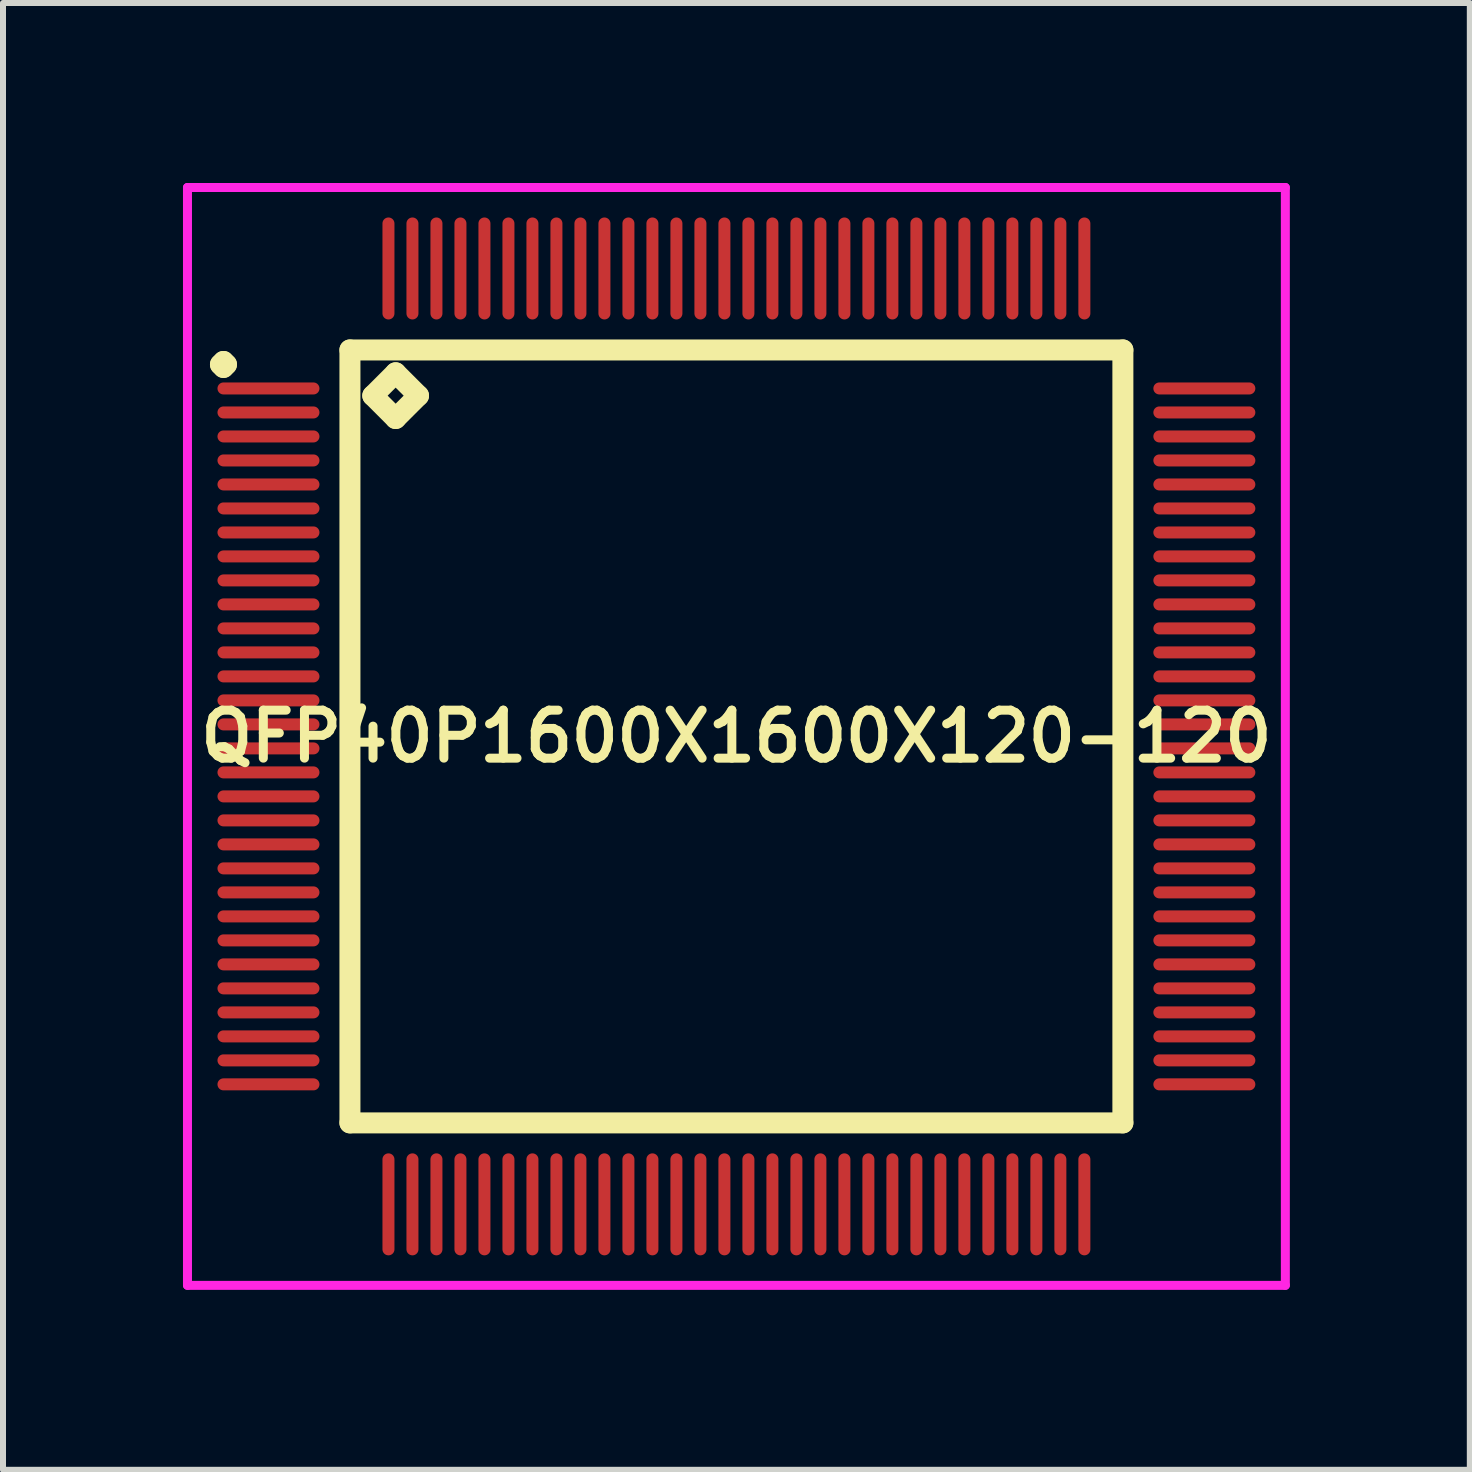
<source format=kicad_pcb>
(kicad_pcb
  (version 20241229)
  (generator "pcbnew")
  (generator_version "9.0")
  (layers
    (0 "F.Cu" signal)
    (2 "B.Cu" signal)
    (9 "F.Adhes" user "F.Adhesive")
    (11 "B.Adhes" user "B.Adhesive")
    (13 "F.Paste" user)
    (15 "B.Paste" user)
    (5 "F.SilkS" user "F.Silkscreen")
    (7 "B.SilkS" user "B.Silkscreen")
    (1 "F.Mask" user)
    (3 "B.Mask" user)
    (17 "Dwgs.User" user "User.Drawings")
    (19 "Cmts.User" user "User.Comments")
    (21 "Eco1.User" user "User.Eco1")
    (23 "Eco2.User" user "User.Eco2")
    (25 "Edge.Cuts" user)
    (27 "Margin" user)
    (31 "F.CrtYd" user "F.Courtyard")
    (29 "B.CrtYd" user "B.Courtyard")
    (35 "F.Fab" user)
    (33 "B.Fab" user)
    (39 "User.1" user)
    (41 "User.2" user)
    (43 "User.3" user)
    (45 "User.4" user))
  (footprint "QFP40P1600X1600X120-120"
    (layer "F.Cu")
    (at 9.225 9.225)
    (property "Reference" "QFP40P1600X1600X120-120" (at 0 0 0) (layer "F.SilkS") (effects (font (size 0.8 0.8) (thickness 0.15))))
    (attr through_hole)
    (fp_line (start -8.6 -6.2) (end -8.55 -6.25) (stroke (width 0.35) (type solid)) (layer "F.SilkS"))
    (fp_line (start -8.55 -6.25) (end -8.5 -6.2) (stroke (width 0.35) (type solid)) (layer "F.SilkS"))
    (fp_line (start -8.55 -6.15) (end -8.6 -6.2) (stroke (width 0.35) (type solid)) (layer "F.SilkS"))
    (fp_line (start -8.5 -6.2) (end -8.55 -6.15) (stroke (width 0.35) (type solid)) (layer "F.SilkS"))
    (fp_line (start -6.442 -6.442) (end -6.442 6.442) (stroke (width 0.35) (type solid)) (layer "F.SilkS"))
    (fp_line (start -6.442 6.442) (end 6.442 6.442) (stroke (width 0.35) (type solid)) (layer "F.SilkS"))
    (fp_line (start -6.061 -5.68) (end -5.68 -6.061) (stroke (width 0.35) (type solid)) (layer "F.SilkS"))
    (fp_line (start -5.68 -6.061) (end -5.299 -5.68) (stroke (width 0.35) (type solid)) (layer "F.SilkS"))
    (fp_line (start -5.68 -5.299) (end -6.061 -5.68) (stroke (width 0.35) (type solid)) (layer "F.SilkS"))
    (fp_line (start -5.299 -5.68) (end -5.68 -5.299) (stroke (width 0.35) (type solid)) (layer "F.SilkS"))
    (fp_line (start 6.442 -6.442) (end -6.442 -6.442) (stroke (width 0.35) (type solid)) (layer "F.SilkS"))
    (fp_line (start 6.442 6.442) (end 6.442 -6.442) (stroke (width 0.35) (type solid)) (layer "F.SilkS"))
    (fp_line (start -9.15 -9.15) (end 9.15 -9.15) (stroke (width 0.15) (type solid)) (layer "F.CrtYd"))
    (fp_line (start -9.15 9.15) (end -9.15 -9.15) (stroke (width 0.15) (type solid)) (layer "F.CrtYd"))
    (fp_line (start 9.15 -9.15) (end 9.15 9.15) (stroke (width 0.15) (type solid)) (layer "F.CrtYd"))
    (fp_line (start 9.15 9.15) (end -9.15 9.15) (stroke (width 0.15) (type solid)) (layer "F.CrtYd"))
    (pad "1" smd oval (at -7.8 -5.8) (size 1.7 0.2) (layers "F.Cu" "F.Mask" "F.Paste"))
    (pad "2" smd oval (at -7.8 -5.4) (size 1.7 0.2) (layers "F.Cu" "F.Mask" "F.Paste"))
    (pad "3" smd oval (at -7.8 -5) (size 1.7 0.2) (layers "F.Cu" "F.Mask" "F.Paste"))
    (pad "4" smd oval (at -7.8 -4.6) (size 1.7 0.2) (layers "F.Cu" "F.Mask" "F.Paste"))
    (pad "5" smd oval (at -7.8 -4.2) (size 1.7 0.2) (layers "F.Cu" "F.Mask" "F.Paste"))
    (pad "6" smd oval (at -7.8 -3.8) (size 1.7 0.2) (layers "F.Cu" "F.Mask" "F.Paste"))
    (pad "7" smd oval (at -7.8 -3.4) (size 1.7 0.2) (layers "F.Cu" "F.Mask" "F.Paste"))
    (pad "8" smd oval (at -7.8 -3) (size 1.7 0.2) (layers "F.Cu" "F.Mask" "F.Paste"))
    (pad "9" smd oval (at -7.8 -2.6) (size 1.7 0.2) (layers "F.Cu" "F.Mask" "F.Paste"))
    (pad "10" smd oval (at -7.8 -2.2) (size 1.7 0.2) (layers "F.Cu" "F.Mask" "F.Paste"))
    (pad "11" smd oval (at -7.8 -1.8) (size 1.7 0.2) (layers "F.Cu" "F.Mask" "F.Paste"))
    (pad "12" smd oval (at -7.8 -1.4) (size 1.7 0.2) (layers "F.Cu" "F.Mask" "F.Paste"))
    (pad "13" smd oval (at -7.8 -1) (size 1.7 0.2) (layers "F.Cu" "F.Mask" "F.Paste"))
    (pad "14" smd oval (at -7.8 -0.6) (size 1.7 0.2) (layers "F.Cu" "F.Mask" "F.Paste"))
    (pad "15" smd oval (at -7.8 -0.2) (size 1.7 0.2) (layers "F.Cu" "F.Mask" "F.Paste"))
    (pad "16" smd oval (at -7.8 0.2) (size 1.7 0.2) (layers "F.Cu" "F.Mask" "F.Paste"))
    (pad "17" smd oval (at -7.8 0.6) (size 1.7 0.2) (layers "F.Cu" "F.Mask" "F.Paste"))
    (pad "18" smd oval (at -7.8 1) (size 1.7 0.2) (layers "F.Cu" "F.Mask" "F.Paste"))
    (pad "19" smd oval (at -7.8 1.4) (size 1.7 0.2) (layers "F.Cu" "F.Mask" "F.Paste"))
    (pad "20" smd oval (at -7.8 1.8) (size 1.7 0.2) (layers "F.Cu" "F.Mask" "F.Paste"))
    (pad "21" smd oval (at -7.8 2.2) (size 1.7 0.2) (layers "F.Cu" "F.Mask" "F.Paste"))
    (pad "22" smd oval (at -7.8 2.6) (size 1.7 0.2) (layers "F.Cu" "F.Mask" "F.Paste"))
    (pad "23" smd oval (at -7.8 3) (size 1.7 0.2) (layers "F.Cu" "F.Mask" "F.Paste"))
    (pad "24" smd oval (at -7.8 3.4) (size 1.7 0.2) (layers "F.Cu" "F.Mask" "F.Paste"))
    (pad "25" smd oval (at -7.8 3.8) (size 1.7 0.2) (layers "F.Cu" "F.Mask" "F.Paste"))
    (pad "26" smd oval (at -7.8 4.2) (size 1.7 0.2) (layers "F.Cu" "F.Mask" "F.Paste"))
    (pad "27" smd oval (at -7.8 4.6) (size 1.7 0.2) (layers "F.Cu" "F.Mask" "F.Paste"))
    (pad "28" smd oval (at -7.8 5) (size 1.7 0.2) (layers "F.Cu" "F.Mask" "F.Paste"))
    (pad "29" smd oval (at -7.8 5.4) (size 1.7 0.2) (layers "F.Cu" "F.Mask" "F.Paste"))
    (pad "30" smd oval (at -7.8 5.8) (size 1.7 0.2) (layers "F.Cu" "F.Mask" "F.Paste"))
    (pad "31" smd oval (at -5.8 7.8) (size 0.2 1.7) (layers "F.Cu" "F.Mask" "F.Paste"))
    (pad "32" smd oval (at -5.4 7.8) (size 0.2 1.7) (layers "F.Cu" "F.Mask" "F.Paste"))
    (pad "33" smd oval (at -5 7.8) (size 0.2 1.7) (layers "F.Cu" "F.Mask" "F.Paste"))
    (pad "34" smd oval (at -4.6 7.8) (size 0.2 1.7) (layers "F.Cu" "F.Mask" "F.Paste"))
    (pad "35" smd oval (at -4.2 7.8) (size 0.2 1.7) (layers "F.Cu" "F.Mask" "F.Paste"))
    (pad "36" smd oval (at -3.8 7.8) (size 0.2 1.7) (layers "F.Cu" "F.Mask" "F.Paste"))
    (pad "37" smd oval (at -3.4 7.8) (size 0.2 1.7) (layers "F.Cu" "F.Mask" "F.Paste"))
    (pad "38" smd oval (at -3 7.8) (size 0.2 1.7) (layers "F.Cu" "F.Mask" "F.Paste"))
    (pad "39" smd oval (at -2.6 7.8) (size 0.2 1.7) (layers "F.Cu" "F.Mask" "F.Paste"))
    (pad "40" smd oval (at -2.2 7.8) (size 0.2 1.7) (layers "F.Cu" "F.Mask" "F.Paste"))
    (pad "41" smd oval (at -1.8 7.8) (size 0.2 1.7) (layers "F.Cu" "F.Mask" "F.Paste"))
    (pad "42" smd oval (at -1.4 7.8) (size 0.2 1.7) (layers "F.Cu" "F.Mask" "F.Paste"))
    (pad "43" smd oval (at -1 7.8) (size 0.2 1.7) (layers "F.Cu" "F.Mask" "F.Paste"))
    (pad "44" smd oval (at -0.6 7.8) (size 0.2 1.7) (layers "F.Cu" "F.Mask" "F.Paste"))
    (pad "45" smd oval (at -0.2 7.8) (size 0.2 1.7) (layers "F.Cu" "F.Mask" "F.Paste"))
    (pad "46" smd oval (at 0.2 7.8) (size 0.2 1.7) (layers "F.Cu" "F.Mask" "F.Paste"))
    (pad "47" smd oval (at 0.6 7.8) (size 0.2 1.7) (layers "F.Cu" "F.Mask" "F.Paste"))
    (pad "48" smd oval (at 1 7.8) (size 0.2 1.7) (layers "F.Cu" "F.Mask" "F.Paste"))
    (pad "49" smd oval (at 1.4 7.8) (size 0.2 1.7) (layers "F.Cu" "F.Mask" "F.Paste"))
    (pad "50" smd oval (at 1.8 7.8) (size 0.2 1.7) (layers "F.Cu" "F.Mask" "F.Paste"))
    (pad "51" smd oval (at 2.2 7.8) (size 0.2 1.7) (layers "F.Cu" "F.Mask" "F.Paste"))
    (pad "52" smd oval (at 2.6 7.8) (size 0.2 1.7) (layers "F.Cu" "F.Mask" "F.Paste"))
    (pad "53" smd oval (at 3 7.8) (size 0.2 1.7) (layers "F.Cu" "F.Mask" "F.Paste"))
    (pad "54" smd oval (at 3.4 7.8) (size 0.2 1.7) (layers "F.Cu" "F.Mask" "F.Paste"))
    (pad "55" smd oval (at 3.8 7.8) (size 0.2 1.7) (layers "F.Cu" "F.Mask" "F.Paste"))
    (pad "56" smd oval (at 4.2 7.8) (size 0.2 1.7) (layers "F.Cu" "F.Mask" "F.Paste"))
    (pad "57" smd oval (at 4.6 7.8) (size 0.2 1.7) (layers "F.Cu" "F.Mask" "F.Paste"))
    (pad "58" smd oval (at 5 7.8) (size 0.2 1.7) (layers "F.Cu" "F.Mask" "F.Paste"))
    (pad "59" smd oval (at 5.4 7.8) (size 0.2 1.7) (layers "F.Cu" "F.Mask" "F.Paste"))
    (pad "60" smd oval (at 5.8 7.8) (size 0.2 1.7) (layers "F.Cu" "F.Mask" "F.Paste"))
    (pad "61" smd oval (at 7.8 5.8) (size 1.7 0.2) (layers "F.Cu" "F.Mask" "F.Paste"))
    (pad "62" smd oval (at 7.8 5.4) (size 1.7 0.2) (layers "F.Cu" "F.Mask" "F.Paste"))
    (pad "63" smd oval (at 7.8 5) (size 1.7 0.2) (layers "F.Cu" "F.Mask" "F.Paste"))
    (pad "64" smd oval (at 7.8 4.6) (size 1.7 0.2) (layers "F.Cu" "F.Mask" "F.Paste"))
    (pad "65" smd oval (at 7.8 4.2) (size 1.7 0.2) (layers "F.Cu" "F.Mask" "F.Paste"))
    (pad "66" smd oval (at 7.8 3.8) (size 1.7 0.2) (layers "F.Cu" "F.Mask" "F.Paste"))
    (pad "67" smd oval (at 7.8 3.4) (size 1.7 0.2) (layers "F.Cu" "F.Mask" "F.Paste"))
    (pad "68" smd oval (at 7.8 3) (size 1.7 0.2) (layers "F.Cu" "F.Mask" "F.Paste"))
    (pad "69" smd oval (at 7.8 2.6) (size 1.7 0.2) (layers "F.Cu" "F.Mask" "F.Paste"))
    (pad "70" smd oval (at 7.8 2.2) (size 1.7 0.2) (layers "F.Cu" "F.Mask" "F.Paste"))
    (pad "71" smd oval (at 7.8 1.8) (size 1.7 0.2) (layers "F.Cu" "F.Mask" "F.Paste"))
    (pad "72" smd oval (at 7.8 1.4) (size 1.7 0.2) (layers "F.Cu" "F.Mask" "F.Paste"))
    (pad "73" smd oval (at 7.8 1) (size 1.7 0.2) (layers "F.Cu" "F.Mask" "F.Paste"))
    (pad "74" smd oval (at 7.8 0.6) (size 1.7 0.2) (layers "F.Cu" "F.Mask" "F.Paste"))
    (pad "75" smd oval (at 7.8 0.2) (size 1.7 0.2) (layers "F.Cu" "F.Mask" "F.Paste"))
    (pad "76" smd oval (at 7.8 -0.2) (size 1.7 0.2) (layers "F.Cu" "F.Mask" "F.Paste"))
    (pad "77" smd oval (at 7.8 -0.6) (size 1.7 0.2) (layers "F.Cu" "F.Mask" "F.Paste"))
    (pad "78" smd oval (at 7.8 -1) (size 1.7 0.2) (layers "F.Cu" "F.Mask" "F.Paste"))
    (pad "79" smd oval (at 7.8 -1.4) (size 1.7 0.2) (layers "F.Cu" "F.Mask" "F.Paste"))
    (pad "80" smd oval (at 7.8 -1.8) (size 1.7 0.2) (layers "F.Cu" "F.Mask" "F.Paste"))
    (pad "81" smd oval (at 7.8 -2.2) (size 1.7 0.2) (layers "F.Cu" "F.Mask" "F.Paste"))
    (pad "82" smd oval (at 7.8 -2.6) (size 1.7 0.2) (layers "F.Cu" "F.Mask" "F.Paste"))
    (pad "83" smd oval (at 7.8 -3) (size 1.7 0.2) (layers "F.Cu" "F.Mask" "F.Paste"))
    (pad "84" smd oval (at 7.8 -3.4) (size 1.7 0.2) (layers "F.Cu" "F.Mask" "F.Paste"))
    (pad "85" smd oval (at 7.8 -3.8) (size 1.7 0.2) (layers "F.Cu" "F.Mask" "F.Paste"))
    (pad "86" smd oval (at 7.8 -4.2) (size 1.7 0.2) (layers "F.Cu" "F.Mask" "F.Paste"))
    (pad "87" smd oval (at 7.8 -4.6) (size 1.7 0.2) (layers "F.Cu" "F.Mask" "F.Paste"))
    (pad "88" smd oval (at 7.8 -5) (size 1.7 0.2) (layers "F.Cu" "F.Mask" "F.Paste"))
    (pad "89" smd oval (at 7.8 -5.4) (size 1.7 0.2) (layers "F.Cu" "F.Mask" "F.Paste"))
    (pad "90" smd oval (at 7.8 -5.8) (size 1.7 0.2) (layers "F.Cu" "F.Mask" "F.Paste"))
    (pad "91" smd oval (at 5.8 -7.8) (size 0.2 1.7) (layers "F.Cu" "F.Mask" "F.Paste"))
    (pad "92" smd oval (at 5.4 -7.8) (size 0.2 1.7) (layers "F.Cu" "F.Mask" "F.Paste"))
    (pad "93" smd oval (at 5 -7.8) (size 0.2 1.7) (layers "F.Cu" "F.Mask" "F.Paste"))
    (pad "94" smd oval (at 4.6 -7.8) (size 0.2 1.7) (layers "F.Cu" "F.Mask" "F.Paste"))
    (pad "95" smd oval (at 4.2 -7.8) (size 0.2 1.7) (layers "F.Cu" "F.Mask" "F.Paste"))
    (pad "96" smd oval (at 3.8 -7.8) (size 0.2 1.7) (layers "F.Cu" "F.Mask" "F.Paste"))
    (pad "97" smd oval (at 3.4 -7.8) (size 0.2 1.7) (layers "F.Cu" "F.Mask" "F.Paste"))
    (pad "98" smd oval (at 3 -7.8) (size 0.2 1.7) (layers "F.Cu" "F.Mask" "F.Paste"))
    (pad "99" smd oval (at 2.6 -7.8) (size 0.2 1.7) (layers "F.Cu" "F.Mask" "F.Paste"))
    (pad "100" smd oval (at 2.2 -7.8) (size 0.2 1.7) (layers "F.Cu" "F.Mask" "F.Paste"))
    (pad "101" smd oval (at 1.8 -7.8) (size 0.2 1.7) (layers "F.Cu" "F.Mask" "F.Paste"))
    (pad "102" smd oval (at 1.4 -7.8) (size 0.2 1.7) (layers "F.Cu" "F.Mask" "F.Paste"))
    (pad "103" smd oval (at 1 -7.8) (size 0.2 1.7) (layers "F.Cu" "F.Mask" "F.Paste"))
    (pad "104" smd oval (at 0.6 -7.8) (size 0.2 1.7) (layers "F.Cu" "F.Mask" "F.Paste"))
    (pad "105" smd oval (at 0.2 -7.8) (size 0.2 1.7) (layers "F.Cu" "F.Mask" "F.Paste"))
    (pad "106" smd oval (at -0.2 -7.8) (size 0.2 1.7) (layers "F.Cu" "F.Mask" "F.Paste"))
    (pad "107" smd oval (at -0.6 -7.8) (size 0.2 1.7) (layers "F.Cu" "F.Mask" "F.Paste"))
    (pad "108" smd oval (at -1 -7.8) (size 0.2 1.7) (layers "F.Cu" "F.Mask" "F.Paste"))
    (pad "109" smd oval (at -1.4 -7.8) (size 0.2 1.7) (layers "F.Cu" "F.Mask" "F.Paste"))
    (pad "110" smd oval (at -1.8 -7.8) (size 0.2 1.7) (layers "F.Cu" "F.Mask" "F.Paste"))
    (pad "111" smd oval (at -2.2 -7.8) (size 0.2 1.7) (layers "F.Cu" "F.Mask" "F.Paste"))
    (pad "112" smd oval (at -2.6 -7.8) (size 0.2 1.7) (layers "F.Cu" "F.Mask" "F.Paste"))
    (pad "113" smd oval (at -3 -7.8) (size 0.2 1.7) (layers "F.Cu" "F.Mask" "F.Paste"))
    (pad "114" smd oval (at -3.4 -7.8) (size 0.2 1.7) (layers "F.Cu" "F.Mask" "F.Paste"))
    (pad "115" smd oval (at -3.8 -7.8) (size 0.2 1.7) (layers "F.Cu" "F.Mask" "F.Paste"))
    (pad "116" smd oval (at -4.2 -7.8) (size 0.2 1.7) (layers "F.Cu" "F.Mask" "F.Paste"))
    (pad "117" smd oval (at -4.6 -7.8) (size 0.2 1.7) (layers "F.Cu" "F.Mask" "F.Paste"))
    (pad "118" smd oval (at -5 -7.8) (size 0.2 1.7) (layers "F.Cu" "F.Mask" "F.Paste"))
    (pad "119" smd oval (at -5.4 -7.8) (size 0.2 1.7) (layers "F.Cu" "F.Mask" "F.Paste"))
    (pad "120" smd oval (at -5.8 -7.8) (size 0.2 1.7) (layers "F.Cu" "F.Mask" "F.Paste")))
  (gr_rect
    (start -3 -3)
    (end 21.45 21.45)
    (stroke (width 0.1) (type default))
    (fill no)
    (layer "Edge.Cuts")))
</source>
